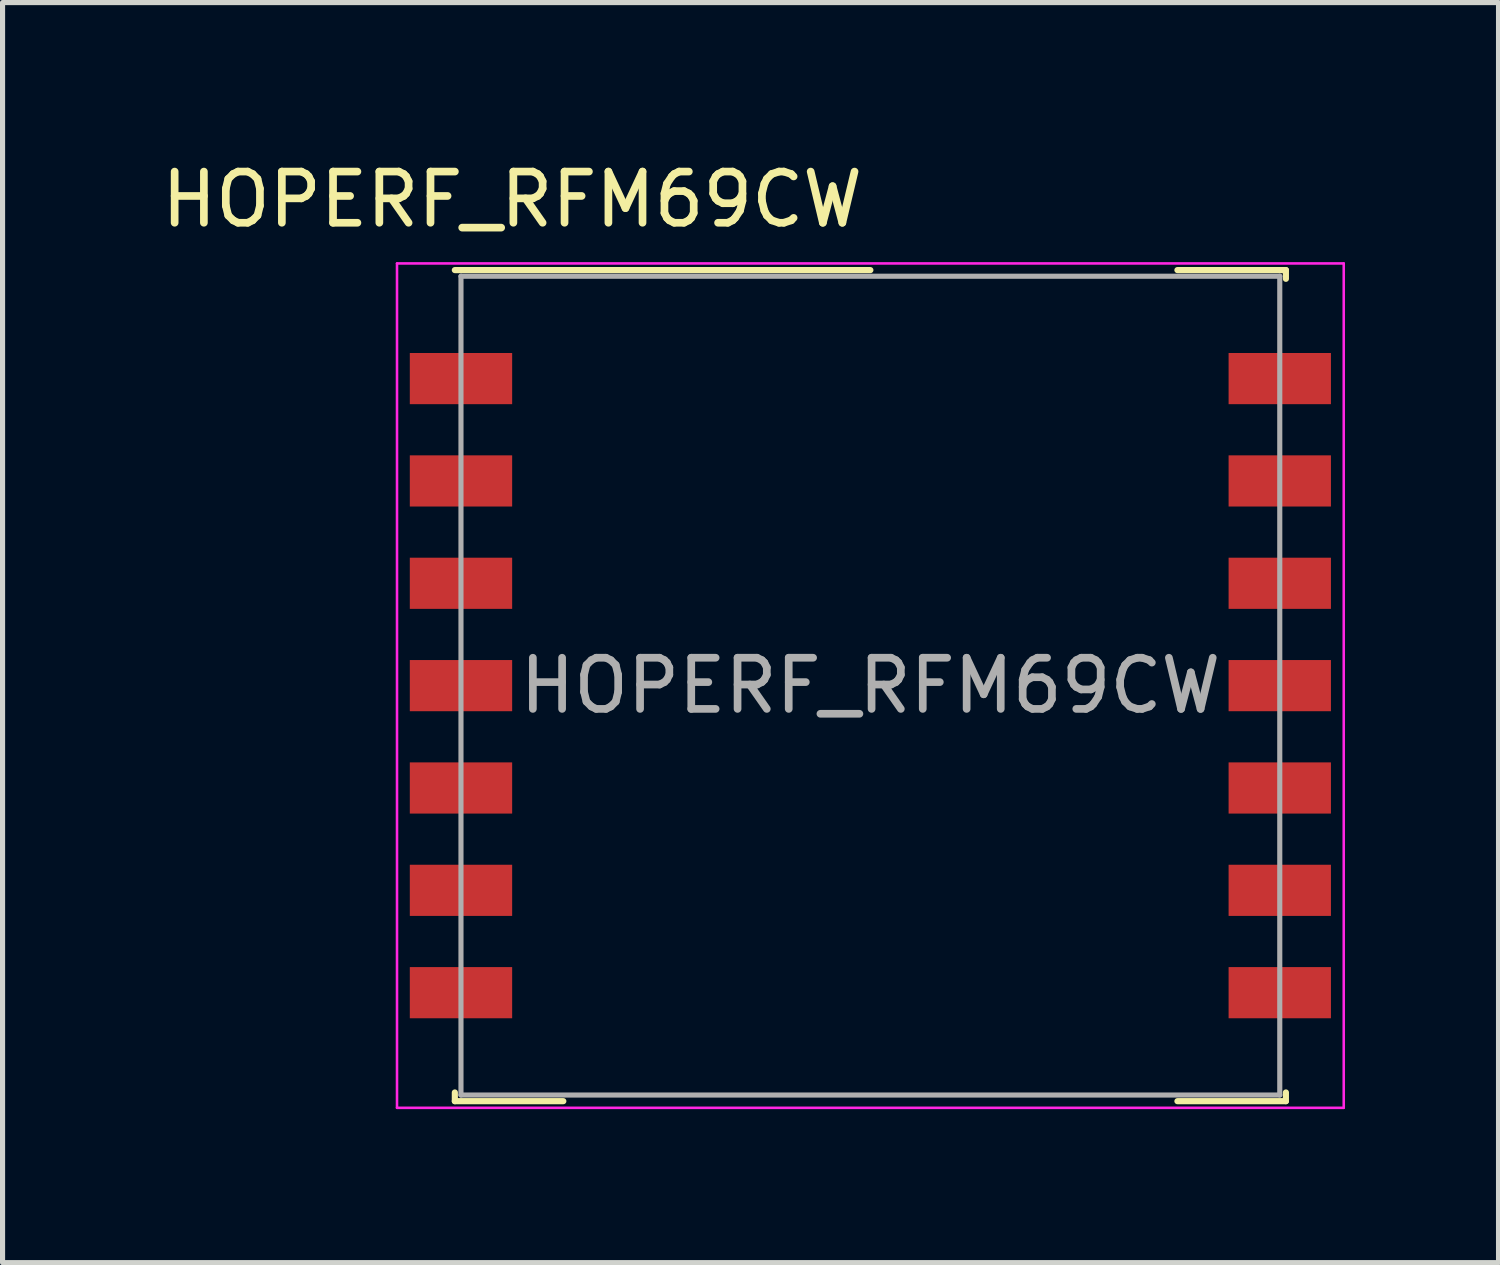
<source format=kicad_pcb>
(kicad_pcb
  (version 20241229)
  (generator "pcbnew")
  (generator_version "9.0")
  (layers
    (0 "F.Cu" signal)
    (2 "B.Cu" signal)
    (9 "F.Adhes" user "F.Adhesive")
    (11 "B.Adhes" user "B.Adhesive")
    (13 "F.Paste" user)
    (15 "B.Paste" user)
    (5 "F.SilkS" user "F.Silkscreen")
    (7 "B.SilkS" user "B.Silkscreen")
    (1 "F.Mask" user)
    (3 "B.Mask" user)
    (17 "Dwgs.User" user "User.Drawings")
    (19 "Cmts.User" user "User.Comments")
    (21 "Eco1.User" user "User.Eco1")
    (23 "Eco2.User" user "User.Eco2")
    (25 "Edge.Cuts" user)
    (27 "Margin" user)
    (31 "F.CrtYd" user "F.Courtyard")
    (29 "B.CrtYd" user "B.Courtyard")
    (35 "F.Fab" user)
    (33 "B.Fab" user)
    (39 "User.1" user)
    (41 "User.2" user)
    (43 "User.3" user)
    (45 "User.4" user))
  (footprint "HOPERF_RFM69CW"
    (layer "F.Cu")
    (at 13.958 10.348)
    (property "Reference" "HOPERF_RFM69CW" (at -7 -9.5 0) (layer "F.SilkS") (effects (font (size 1 1) (thickness 0.15))))
    (attr smd)
    (fp_line (start -8.12 -8.12) (end 0 -8.12) (stroke (width 0.12) (type solid)) (layer "F.SilkS"))
    (fp_line (start -8.12 8.12) (end -8.12 7.95) (stroke (width 0.12) (type solid)) (layer "F.SilkS"))
    (fp_line (start -8.12 8.12) (end -6 8.12) (stroke (width 0.12) (type solid)) (layer "F.SilkS"))
    (fp_line (start 6 -8.12) (end 8.12 -8.12) (stroke (width 0.12) (type solid)) (layer "F.SilkS"))
    (fp_line (start 6 8.12) (end 8.12 8.12) (stroke (width 0.12) (type solid)) (layer "F.SilkS"))
    (fp_line (start 8.12 -8.12) (end 8.12 -7.95) (stroke (width 0.12) (type solid)) (layer "F.SilkS"))
    (fp_line (start 8.12 8.12) (end 8.12 7.95) (stroke (width 0.12) (type solid)) (layer "F.SilkS"))
    (fp_line (start -9.25 -8.25) (end 9.25 -8.25) (stroke (width 0.05) (type solid)) (layer "F.CrtYd"))
    (fp_line (start -9.25 8.25) (end -9.25 -8.25) (stroke (width 0.05) (type solid)) (layer "F.CrtYd"))
    (fp_line (start -9.25 8.25) (end 9.25 8.25) (stroke (width 0.05) (type solid)) (layer "F.CrtYd"))
    (fp_line (start 9.25 -8.25) (end 9.25 8.25) (stroke (width 0.05) (type solid)) (layer "F.CrtYd"))
    (fp_line (start -8 -8) (end 8 -8) (stroke (width 0.1) (type solid)) (layer "F.Fab"))
    (fp_line (start -8 8) (end -8 -8) (stroke (width 0.1) (type solid)) (layer "F.Fab"))
    (fp_line (start -8 8) (end 8 8) (stroke (width 0.1) (type solid)) (layer "F.Fab"))
    (fp_line (start 8 8) (end 8 -8) (stroke (width 0.1) (type solid)) (layer "F.Fab"))
    (fp_text user "${REFERENCE}" (at 0 0 0) (layer "F.Fab") (effects (font (size 1 1) (thickness 0.15))))
    (pad "1" smd rect (at -8 -6) (size 2 1) (layers "F.Cu" "F.Mask" "F.Paste"))
    (pad "2" smd rect (at -8 -4) (size 2 1) (layers "F.Cu" "F.Mask" "F.Paste"))
    (pad "3" smd rect (at -8 -2) (size 2 1) (layers "F.Cu" "F.Mask" "F.Paste"))
    (pad "4" smd rect (at -8 0) (size 2 1) (layers "F.Cu" "F.Mask" "F.Paste"))
    (pad "5" smd rect (at -8 2) (size 2 1) (layers "F.Cu" "F.Mask" "F.Paste"))
    (pad "6" smd rect (at -8 4) (size 2 1) (layers "F.Cu" "F.Mask" "F.Paste"))
    (pad "7" smd rect (at -8 6) (size 2 1) (layers "F.Cu" "F.Mask" "F.Paste"))
    (pad "8" smd rect (at 8 6) (size 2 1) (layers "F.Cu" "F.Mask" "F.Paste"))
    (pad "9" smd rect (at 8 4) (size 2 1) (layers "F.Cu" "F.Mask" "F.Paste"))
    (pad "10" smd rect (at 8 2) (size 2 1) (layers "F.Cu" "F.Mask" "F.Paste"))
    (pad "11" smd rect (at 8 0) (size 2 1) (layers "F.Cu" "F.Mask" "F.Paste"))
    (pad "12" smd rect (at 8 -2) (size 2 1) (layers "F.Cu" "F.Mask" "F.Paste"))
    (pad "13" smd rect (at 8 -4) (size 2 1) (layers "F.Cu" "F.Mask" "F.Paste"))
    (pad "14" smd rect (at 8 -6) (size 2 1) (layers "F.Cu" "F.Mask" "F.Paste")))
  (gr_rect
    (start -3 -3)
    (end 26.233 21.623)
    (stroke (width 0.1) (type default))
    (fill no)
    (layer "Edge.Cuts")))
</source>
